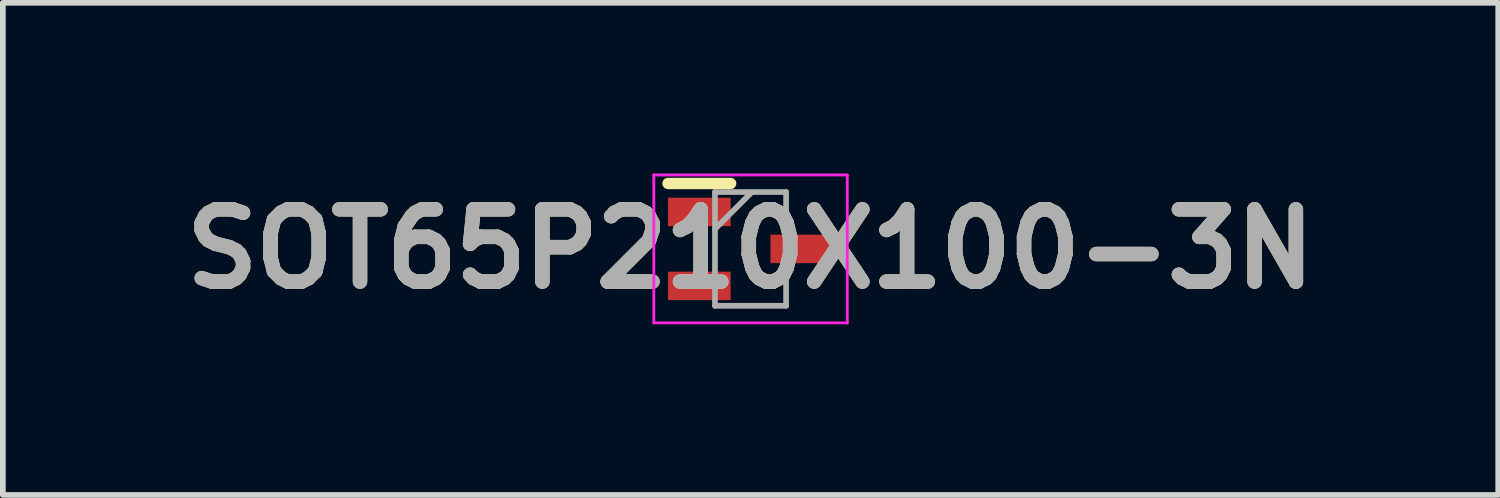
<source format=kicad_pcb>
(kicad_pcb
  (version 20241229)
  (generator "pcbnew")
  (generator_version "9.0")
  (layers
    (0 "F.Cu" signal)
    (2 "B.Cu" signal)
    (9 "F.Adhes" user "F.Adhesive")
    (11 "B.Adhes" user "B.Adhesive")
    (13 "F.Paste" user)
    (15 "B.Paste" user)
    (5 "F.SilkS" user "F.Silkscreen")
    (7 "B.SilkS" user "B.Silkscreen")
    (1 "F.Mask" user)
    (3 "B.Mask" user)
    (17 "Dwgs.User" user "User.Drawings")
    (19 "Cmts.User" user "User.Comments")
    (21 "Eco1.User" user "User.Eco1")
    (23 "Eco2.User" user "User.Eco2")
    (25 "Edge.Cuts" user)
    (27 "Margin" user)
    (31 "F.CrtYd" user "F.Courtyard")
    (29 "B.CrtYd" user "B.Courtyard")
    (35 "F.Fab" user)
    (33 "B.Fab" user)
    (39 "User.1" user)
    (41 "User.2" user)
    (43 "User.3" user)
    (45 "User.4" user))
  (footprint "SOT65P210X100-3N"
    (layer "F.Cu")
    (at 10.142 1.325)
    (property "Reference" "SOT65P210X100-3N" (at 0 0 0) (layer "F.SilkS") (effects (font (size 1.27 1.27) (thickness 0.254))))
    (attr smd)
    (fp_line (start -1.45 -1.15) (end -0.35 -1.15) (stroke (width 0.2) (type solid)) (layer "F.SilkS"))
    (fp_line (start -1.7 -1.3) (end 1.7 -1.3) (stroke (width 0.05) (type solid)) (layer "F.CrtYd"))
    (fp_line (start -1.7 1.3) (end -1.7 -1.3) (stroke (width 0.05) (type solid)) (layer "F.CrtYd"))
    (fp_line (start 1.7 -1.3) (end 1.7 1.3) (stroke (width 0.05) (type solid)) (layer "F.CrtYd"))
    (fp_line (start 1.7 1.3) (end -1.7 1.3) (stroke (width 0.05) (type solid)) (layer "F.CrtYd"))
    (fp_line (start -0.625 -1) (end 0.625 -1) (stroke (width 0.1) (type solid)) (layer "F.Fab"))
    (fp_line (start -0.625 -0.35) (end 0.025 -1) (stroke (width 0.1) (type solid)) (layer "F.Fab"))
    (fp_line (start -0.625 1) (end -0.625 -1) (stroke (width 0.1) (type solid)) (layer "F.Fab"))
    (fp_line (start 0.625 -1) (end 0.625 1) (stroke (width 0.1) (type solid)) (layer "F.Fab"))
    (fp_line (start 0.625 1) (end -0.625 1) (stroke (width 0.1) (type solid)) (layer "F.Fab"))
    (fp_text user "${REFERENCE}" (at 0 0 0) (layer "F.Fab") (effects (font (size 1.27 1.27) (thickness 0.254))))
    (pad "1" smd rect (at -0.9 -0.65 90) (size 0.5 1.1) (layers "F.Cu" "F.Mask" "F.Paste"))
    (pad "2" smd rect (at -0.9 0.65 90) (size 0.5 1.1) (layers "F.Cu" "F.Mask" "F.Paste"))
    (pad "3" smd rect (at 0.9 0 90) (size 0.5 1.1) (layers "F.Cu" "F.Mask" "F.Paste")))
  (gr_rect
    (start -3 -3)
    (end 23.284 5.65)
    (stroke (width 0.1) (type default))
    (fill no)
    (layer "Edge.Cuts")))
</source>
